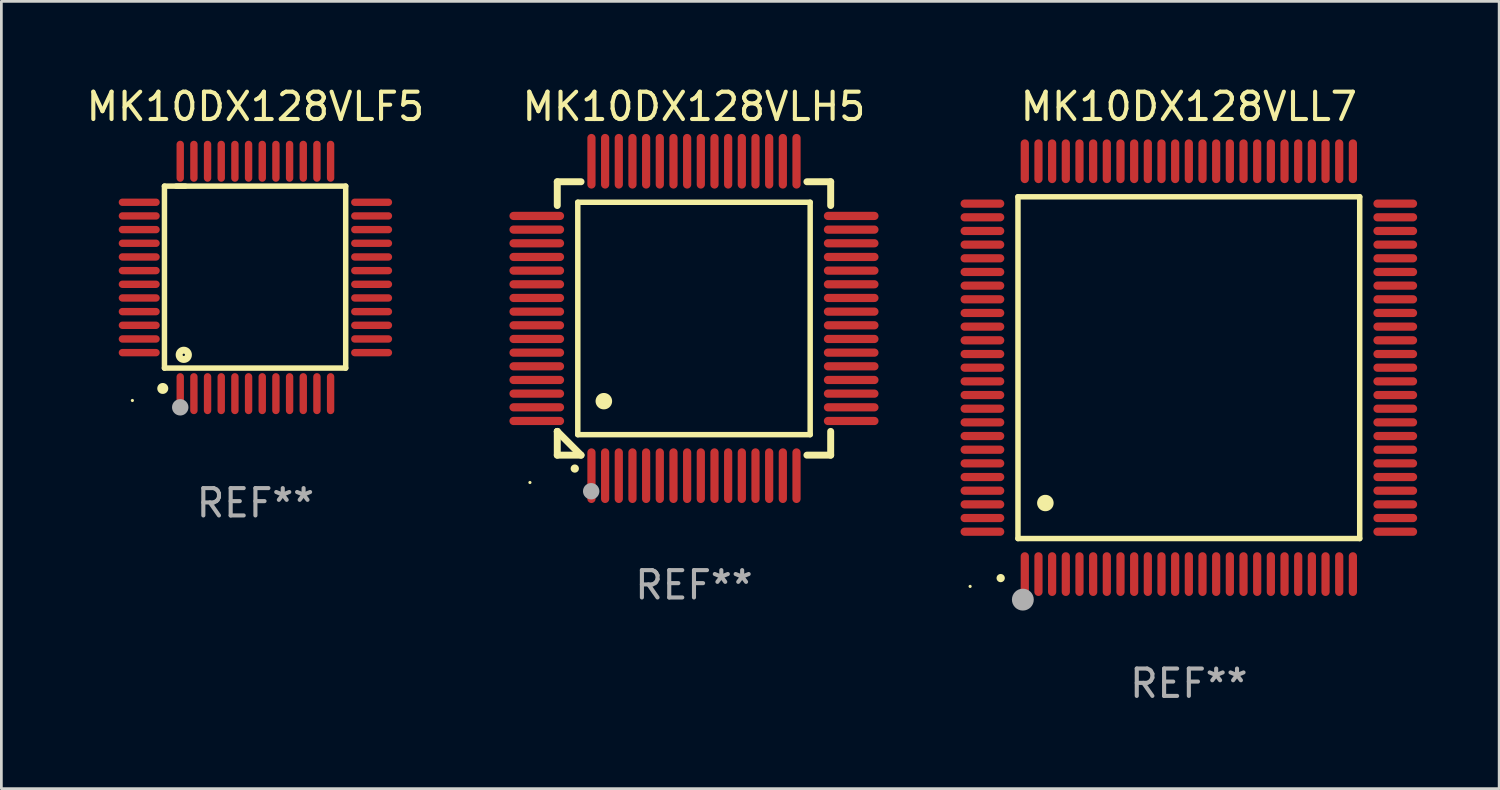
<source format=kicad_pcb>
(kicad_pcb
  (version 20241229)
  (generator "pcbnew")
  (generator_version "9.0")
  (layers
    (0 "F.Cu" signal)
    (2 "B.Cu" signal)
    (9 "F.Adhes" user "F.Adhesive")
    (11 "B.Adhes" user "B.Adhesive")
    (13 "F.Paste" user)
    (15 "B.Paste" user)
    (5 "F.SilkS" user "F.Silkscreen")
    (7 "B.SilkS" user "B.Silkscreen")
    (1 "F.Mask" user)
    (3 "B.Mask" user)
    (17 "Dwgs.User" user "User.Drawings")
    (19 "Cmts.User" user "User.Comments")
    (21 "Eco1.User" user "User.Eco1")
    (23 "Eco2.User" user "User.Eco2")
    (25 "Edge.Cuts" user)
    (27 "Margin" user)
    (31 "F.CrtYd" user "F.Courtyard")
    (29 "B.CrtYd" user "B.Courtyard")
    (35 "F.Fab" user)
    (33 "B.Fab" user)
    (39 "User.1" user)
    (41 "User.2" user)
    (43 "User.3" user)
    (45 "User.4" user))
  (footprint "MK10DX128VLL7"
    (layer "F.Cu")
    (at 40.433 10.398)
    (property "Reference" "MK10DX128VLL7" (at 0 -9.55 0) (layer "F.SilkS") (effects (font (size 1 1) (thickness 0.15))))
    (attr through_hole)
    (fp_line (start -6.25 -6.25) (end -6.25 6.25) (stroke (width 0.2) (type solid)) (layer "F.SilkS"))
    (fp_line (start -6.25 6.25) (end 6.25 6.25) (stroke (width 0.2) (type solid)) (layer "F.SilkS"))
    (fp_line (start 6.25 -6.25) (end -6.25 -6.25) (stroke (width 0.2) (type solid)) (layer "F.SilkS"))
    (fp_line (start 6.25 6.25) (end 6.25 -6.25) (stroke (width 0.2) (type solid)) (layer "F.SilkS"))
    (fp_arc (start -6.883414 7.696215) (mid -6.882144 7.69621) (end -6.880874 7.696215) (stroke (width 0.3) (type solid)) (layer "F.SilkS"))
    (fp_arc (start -5.250191 4.95047) (mid -5.247651 4.950459) (end -5.245111 4.95047) (stroke (width 0.6) (type solid)) (layer "F.SilkS"))
    (fp_circle (center -8 8) (end -7.97 8) (stroke (width 0.06) (type solid)) (fill no) (layer "F.SilkS"))
    (fp_circle (center -6.071 8.484) (end -5.871 8.484) (stroke (width 0.4) (type solid)) (fill no) (layer "F.Fab"))
    (fp_text user "REF**" (at 0 11.55 0) (layer "F.Fab") (effects (font (size 1 1) (thickness 0.15))))
    (pad "1" smd oval (at -6 7.55) (size 0.3 1.6) (layers "F.Cu" "F.Mask" "F.Paste"))
    (pad "2" smd oval (at -5.5 7.55) (size 0.3 1.6) (layers "F.Cu" "F.Mask" "F.Paste"))
    (pad "3" smd oval (at -5 7.55) (size 0.3 1.6) (layers "F.Cu" "F.Mask" "F.Paste"))
    (pad "4" smd oval (at -4.5 7.55) (size 0.3 1.6) (layers "F.Cu" "F.Mask" "F.Paste"))
    (pad "5" smd oval (at -4 7.55) (size 0.3 1.6) (layers "F.Cu" "F.Mask" "F.Paste"))
    (pad "6" smd oval (at -3.5 7.55) (size 0.3 1.6) (layers "F.Cu" "F.Mask" "F.Paste"))
    (pad "7" smd oval (at -3 7.55) (size 0.3 1.6) (layers "F.Cu" "F.Mask" "F.Paste"))
    (pad "8" smd oval (at -2.5 7.55) (size 0.3 1.6) (layers "F.Cu" "F.Mask" "F.Paste"))
    (pad "9" smd oval (at -2 7.55) (size 0.3 1.6) (layers "F.Cu" "F.Mask" "F.Paste"))
    (pad "10" smd oval (at -1.5 7.55) (size 0.3 1.6) (layers "F.Cu" "F.Mask" "F.Paste"))
    (pad "11" smd oval (at -1 7.55) (size 0.3 1.6) (layers "F.Cu" "F.Mask" "F.Paste"))
    (pad "12" smd oval (at -0.5 7.55) (size 0.3 1.6) (layers "F.Cu" "F.Mask" "F.Paste"))
    (pad "13" smd oval (at 0 7.55) (size 0.3 1.6) (layers "F.Cu" "F.Mask" "F.Paste"))
    (pad "14" smd oval (at 0.5 7.55) (size 0.3 1.6) (layers "F.Cu" "F.Mask" "F.Paste"))
    (pad "15" smd oval (at 1 7.55) (size 0.3 1.6) (layers "F.Cu" "F.Mask" "F.Paste"))
    (pad "16" smd oval (at 1.5 7.55) (size 0.3 1.6) (layers "F.Cu" "F.Mask" "F.Paste"))
    (pad "17" smd oval (at 2 7.55) (size 0.3 1.6) (layers "F.Cu" "F.Mask" "F.Paste"))
    (pad "18" smd oval (at 2.5 7.55) (size 0.3 1.6) (layers "F.Cu" "F.Mask" "F.Paste"))
    (pad "19" smd oval (at 3 7.55) (size 0.3 1.6) (layers "F.Cu" "F.Mask" "F.Paste"))
    (pad "20" smd oval (at 3.5 7.55) (size 0.3 1.6) (layers "F.Cu" "F.Mask" "F.Paste"))
    (pad "21" smd oval (at 4 7.55) (size 0.3 1.6) (layers "F.Cu" "F.Mask" "F.Paste"))
    (pad "22" smd oval (at 4.5 7.55) (size 0.3 1.6) (layers "F.Cu" "F.Mask" "F.Paste"))
    (pad "23" smd oval (at 5 7.55) (size 0.3 1.6) (layers "F.Cu" "F.Mask" "F.Paste"))
    (pad "24" smd oval (at 5.5 7.55) (size 0.3 1.6) (layers "F.Cu" "F.Mask" "F.Paste"))
    (pad "25" smd oval (at 6 7.55) (size 0.3 1.6) (layers "F.Cu" "F.Mask" "F.Paste"))
    (pad "26" smd oval (at 7.55 6) (size 1.6 0.3) (layers "F.Cu" "F.Mask" "F.Paste"))
    (pad "27" smd oval (at 7.55 5.5) (size 1.6 0.3) (layers "F.Cu" "F.Mask" "F.Paste"))
    (pad "28" smd oval (at 7.55 5) (size 1.6 0.3) (layers "F.Cu" "F.Mask" "F.Paste"))
    (pad "29" smd oval (at 7.55 4.5) (size 1.6 0.3) (layers "F.Cu" "F.Mask" "F.Paste"))
    (pad "30" smd oval (at 7.55 4) (size 1.6 0.3) (layers "F.Cu" "F.Mask" "F.Paste"))
    (pad "31" smd oval (at 7.55 3.5) (size 1.6 0.3) (layers "F.Cu" "F.Mask" "F.Paste"))
    (pad "32" smd oval (at 7.55 3) (size 1.6 0.3) (layers "F.Cu" "F.Mask" "F.Paste"))
    (pad "33" smd oval (at 7.55 2.5) (size 1.6 0.3) (layers "F.Cu" "F.Mask" "F.Paste"))
    (pad "34" smd oval (at 7.55 2) (size 1.6 0.3) (layers "F.Cu" "F.Mask" "F.Paste"))
    (pad "35" smd oval (at 7.55 1.5) (size 1.6 0.3) (layers "F.Cu" "F.Mask" "F.Paste"))
    (pad "36" smd oval (at 7.55 1) (size 1.6 0.3) (layers "F.Cu" "F.Mask" "F.Paste"))
    (pad "37" smd oval (at 7.55 0.5) (size 1.6 0.3) (layers "F.Cu" "F.Mask" "F.Paste"))
    (pad "38" smd oval (at 7.55 0) (size 1.6 0.3) (layers "F.Cu" "F.Mask" "F.Paste"))
    (pad "39" smd oval (at 7.55 -0.5) (size 1.6 0.3) (layers "F.Cu" "F.Mask" "F.Paste"))
    (pad "40" smd oval (at 7.55 -1) (size 1.6 0.3) (layers "F.Cu" "F.Mask" "F.Paste"))
    (pad "41" smd oval (at 7.55 -1.5) (size 1.6 0.3) (layers "F.Cu" "F.Mask" "F.Paste"))
    (pad "42" smd oval (at 7.55 -2) (size 1.6 0.3) (layers "F.Cu" "F.Mask" "F.Paste"))
    (pad "43" smd oval (at 7.55 -2.5) (size 1.6 0.3) (layers "F.Cu" "F.Mask" "F.Paste"))
    (pad "44" smd oval (at 7.55 -3) (size 1.6 0.3) (layers "F.Cu" "F.Mask" "F.Paste"))
    (pad "45" smd oval (at 7.55 -3.5) (size 1.6 0.3) (layers "F.Cu" "F.Mask" "F.Paste"))
    (pad "46" smd oval (at 7.55 -4) (size 1.6 0.3) (layers "F.Cu" "F.Mask" "F.Paste"))
    (pad "47" smd oval (at 7.55 -4.5) (size 1.6 0.3) (layers "F.Cu" "F.Mask" "F.Paste"))
    (pad "48" smd oval (at 7.55 -5) (size 1.6 0.3) (layers "F.Cu" "F.Mask" "F.Paste"))
    (pad "49" smd oval (at 7.55 -5.5) (size 1.6 0.3) (layers "F.Cu" "F.Mask" "F.Paste"))
    (pad "50" smd oval (at 7.55 -6) (size 1.6 0.3) (layers "F.Cu" "F.Mask" "F.Paste"))
    (pad "51" smd oval (at 6 -7.55) (size 0.3 1.6) (layers "F.Cu" "F.Mask" "F.Paste"))
    (pad "52" smd oval (at 5.5 -7.55) (size 0.3 1.6) (layers "F.Cu" "F.Mask" "F.Paste"))
    (pad "53" smd oval (at 5 -7.55) (size 0.3 1.6) (layers "F.Cu" "F.Mask" "F.Paste"))
    (pad "54" smd oval (at 4.5 -7.55) (size 0.3 1.6) (layers "F.Cu" "F.Mask" "F.Paste"))
    (pad "55" smd oval (at 4 -7.55) (size 0.3 1.6) (layers "F.Cu" "F.Mask" "F.Paste"))
    (pad "56" smd oval (at 3.5 -7.55) (size 0.3 1.6) (layers "F.Cu" "F.Mask" "F.Paste"))
    (pad "57" smd oval (at 3 -7.55) (size 0.3 1.6) (layers "F.Cu" "F.Mask" "F.Paste"))
    (pad "58" smd oval (at 2.5 -7.55) (size 0.3 1.6) (layers "F.Cu" "F.Mask" "F.Paste"))
    (pad "59" smd oval (at 2 -7.55) (size 0.3 1.6) (layers "F.Cu" "F.Mask" "F.Paste"))
    (pad "60" smd oval (at 1.5 -7.55) (size 0.3 1.6) (layers "F.Cu" "F.Mask" "F.Paste"))
    (pad "61" smd oval (at 1 -7.55) (size 0.3 1.6) (layers "F.Cu" "F.Mask" "F.Paste"))
    (pad "62" smd oval (at 0.5 -7.55) (size 0.3 1.6) (layers "F.Cu" "F.Mask" "F.Paste"))
    (pad "63" smd oval (at 0 -7.55) (size 0.3 1.6) (layers "F.Cu" "F.Mask" "F.Paste"))
    (pad "64" smd oval (at -0.5 -7.55) (size 0.3 1.6) (layers "F.Cu" "F.Mask" "F.Paste"))
    (pad "65" smd oval (at -1 -7.55) (size 0.3 1.6) (layers "F.Cu" "F.Mask" "F.Paste"))
    (pad "66" smd oval (at -1.5 -7.55) (size 0.3 1.6) (layers "F.Cu" "F.Mask" "F.Paste"))
    (pad "67" smd oval (at -2 -7.55) (size 0.3 1.6) (layers "F.Cu" "F.Mask" "F.Paste"))
    (pad "68" smd oval (at -2.5 -7.55) (size 0.3 1.6) (layers "F.Cu" "F.Mask" "F.Paste"))
    (pad "69" smd oval (at -3 -7.55) (size 0.3 1.6) (layers "F.Cu" "F.Mask" "F.Paste"))
    (pad "70" smd oval (at -3.5 -7.55) (size 0.3 1.6) (layers "F.Cu" "F.Mask" "F.Paste"))
    (pad "71" smd oval (at -4 -7.55) (size 0.3 1.6) (layers "F.Cu" "F.Mask" "F.Paste"))
    (pad "72" smd oval (at -4.5 -7.55) (size 0.3 1.6) (layers "F.Cu" "F.Mask" "F.Paste"))
    (pad "73" smd oval (at -5 -7.55) (size 0.3 1.6) (layers "F.Cu" "F.Mask" "F.Paste"))
    (pad "74" smd oval (at -5.5 -7.55) (size 0.3 1.6) (layers "F.Cu" "F.Mask" "F.Paste"))
    (pad "75" smd oval (at -6 -7.55) (size 0.3 1.6) (layers "F.Cu" "F.Mask" "F.Paste"))
    (pad "76" smd oval (at -7.55 -6) (size 1.6 0.3) (layers "F.Cu" "F.Mask" "F.Paste"))
    (pad "77" smd oval (at -7.55 -5.5) (size 1.6 0.3) (layers "F.Cu" "F.Mask" "F.Paste"))
    (pad "78" smd oval (at -7.55 -5) (size 1.6 0.3) (layers "F.Cu" "F.Mask" "F.Paste"))
    (pad "79" smd oval (at -7.55 -4.5) (size 1.6 0.3) (layers "F.Cu" "F.Mask" "F.Paste"))
    (pad "80" smd oval (at -7.55 -4) (size 1.6 0.3) (layers "F.Cu" "F.Mask" "F.Paste"))
    (pad "81" smd oval (at -7.55 -3.5) (size 1.6 0.3) (layers "F.Cu" "F.Mask" "F.Paste"))
    (pad "82" smd oval (at -7.55 -3) (size 1.6 0.3) (layers "F.Cu" "F.Mask" "F.Paste"))
    (pad "83" smd oval (at -7.55 -2.5) (size 1.6 0.3) (layers "F.Cu" "F.Mask" "F.Paste"))
    (pad "84" smd oval (at -7.55 -2) (size 1.6 0.3) (layers "F.Cu" "F.Mask" "F.Paste"))
    (pad "85" smd oval (at -7.55 -1.5) (size 1.6 0.3) (layers "F.Cu" "F.Mask" "F.Paste"))
    (pad "86" smd oval (at -7.55 -1) (size 1.6 0.3) (layers "F.Cu" "F.Mask" "F.Paste"))
    (pad "87" smd oval (at -7.55 -0.5) (size 1.6 0.3) (layers "F.Cu" "F.Mask" "F.Paste"))
    (pad "88" smd oval (at -7.55 0) (size 1.6 0.3) (layers "F.Cu" "F.Mask" "F.Paste"))
    (pad "89" smd oval (at -7.55 0.5) (size 1.6 0.3) (layers "F.Cu" "F.Mask" "F.Paste"))
    (pad "90" smd oval (at -7.55 1) (size 1.6 0.3) (layers "F.Cu" "F.Mask" "F.Paste"))
    (pad "91" smd oval (at -7.55 1.5) (size 1.6 0.3) (layers "F.Cu" "F.Mask" "F.Paste"))
    (pad "92" smd oval (at -7.55 2) (size 1.6 0.3) (layers "F.Cu" "F.Mask" "F.Paste"))
    (pad "93" smd oval (at -7.55 2.5) (size 1.6 0.3) (layers "F.Cu" "F.Mask" "F.Paste"))
    (pad "94" smd oval (at -7.55 3) (size 1.6 0.3) (layers "F.Cu" "F.Mask" "F.Paste"))
    (pad "95" smd oval (at -7.55 3.5) (size 1.6 0.3) (layers "F.Cu" "F.Mask" "F.Paste"))
    (pad "96" smd oval (at -7.55 4) (size 1.6 0.3) (layers "F.Cu" "F.Mask" "F.Paste"))
    (pad "97" smd oval (at -7.55 4.5) (size 1.6 0.3) (layers "F.Cu" "F.Mask" "F.Paste"))
    (pad "98" smd oval (at -7.55 5) (size 1.6 0.3) (layers "F.Cu" "F.Mask" "F.Paste"))
    (pad "99" smd oval (at -7.55 5.5) (size 1.6 0.3) (layers "F.Cu" "F.Mask" "F.Paste"))
    (pad "100" smd oval (at -7.55 6) (size 1.6 0.3) (layers "F.Cu" "F.Mask" "F.Paste")))
  (footprint "MK10DX128VLH5"
    (layer "F.Cu")
    (at 22.333 8.598)
    (property "Reference" "MK10DX128VLH5" (at 0 -7.75 0) (layer "F.SilkS") (effects (font (size 1 1) (thickness 0.15))))
    (attr through_hole)
    (fp_line (start -5 -5) (end -4.131 -5) (stroke (width 0.254) (type solid)) (layer "F.SilkS"))
    (fp_line (start -5 -4.131) (end -5 -5) (stroke (width 0.254) (type solid)) (layer "F.SilkS"))
    (fp_line (start -5 4.131) (end -5 4.131) (stroke (width 0.254) (type solid)) (layer "F.SilkS"))
    (fp_line (start -5 5) (end -5 4.131) (stroke (width 0.254) (type solid)) (layer "F.SilkS"))
    (fp_line (start -5 4.131) (end -4.131 5) (stroke (width 0.254) (type solid)) (layer "F.SilkS"))
    (fp_line (start -4.25 -4.25) (end -4.25 4.25) (stroke (width 0.2) (type solid)) (layer "F.SilkS"))
    (fp_line (start -4.25 4.25) (end 4.25 4.25) (stroke (width 0.2) (type solid)) (layer "F.SilkS"))
    (fp_line (start -4.131 5) (end -5 5) (stroke (width 0.254) (type solid)) (layer "F.SilkS"))
    (fp_line (start 4.25 -4.25) (end -4.25 -4.25) (stroke (width 0.2) (type solid)) (layer "F.SilkS"))
    (fp_line (start 4.25 4.25) (end 4.25 -4.25) (stroke (width 0.2) (type solid)) (layer "F.SilkS"))
    (fp_line (start 5 -5) (end 4.131 -5) (stroke (width 0.254) (type solid)) (layer "F.SilkS"))
    (fp_line (start 5 -5) (end 5 -4.131) (stroke (width 0.254) (type solid)) (layer "F.SilkS"))
    (fp_line (start 5 4.131) (end 5 5) (stroke (width 0.254) (type solid)) (layer "F.SilkS"))
    (fp_line (start 5 5) (end 4.131 5) (stroke (width 0.254) (type solid)) (layer "F.SilkS"))
    (fp_arc (start -4.361265 5.489992) (mid -4.359995 5.489987) (end -4.358725 5.489992) (stroke (width 0.3) (type solid)) (layer "F.SilkS"))
    (fp_arc (start -3.299467 3.025146) (mid -3.296927 3.025135) (end -3.294387 3.025146) (stroke (width 0.6) (type solid)) (layer "F.SilkS"))
    (fp_circle (center -6 6) (end -5.97 6) (stroke (width 0.06) (type solid)) (fill no) (layer "F.SilkS"))
    (fp_circle (center -3.76 6.32) (end -3.61 6.32) (stroke (width 0.3) (type solid)) (fill no) (layer "F.Fab"))
    (fp_text user "REF**" (at 0 9.75 0) (layer "F.Fab") (effects (font (size 1 1) (thickness 0.15))))
    (pad "1" smd oval (at -3.75 5.75) (size 0.3 2) (layers "F.Cu" "F.Mask" "F.Paste"))
    (pad "2" smd oval (at -3.25 5.75) (size 0.3 2) (layers "F.Cu" "F.Mask" "F.Paste"))
    (pad "3" smd oval (at -2.75 5.75) (size 0.3 2) (layers "F.Cu" "F.Mask" "F.Paste"))
    (pad "4" smd oval (at -2.25 5.75) (size 0.3 2) (layers "F.Cu" "F.Mask" "F.Paste"))
    (pad "5" smd oval (at -1.75 5.75) (size 0.3 2) (layers "F.Cu" "F.Mask" "F.Paste"))
    (pad "6" smd oval (at -1.25 5.75) (size 0.3 2) (layers "F.Cu" "F.Mask" "F.Paste"))
    (pad "7" smd oval (at -0.75 5.75) (size 0.3 2) (layers "F.Cu" "F.Mask" "F.Paste"))
    (pad "8" smd oval (at -0.25 5.75) (size 0.3 2) (layers "F.Cu" "F.Mask" "F.Paste"))
    (pad "9" smd oval (at 0.25 5.75) (size 0.3 2) (layers "F.Cu" "F.Mask" "F.Paste"))
    (pad "10" smd oval (at 0.75 5.75) (size 0.3 2) (layers "F.Cu" "F.Mask" "F.Paste"))
    (pad "11" smd oval (at 1.25 5.75) (size 0.3 2) (layers "F.Cu" "F.Mask" "F.Paste"))
    (pad "12" smd oval (at 1.75 5.75) (size 0.3 2) (layers "F.Cu" "F.Mask" "F.Paste"))
    (pad "13" smd oval (at 2.25 5.75) (size 0.3 2) (layers "F.Cu" "F.Mask" "F.Paste"))
    (pad "14" smd oval (at 2.75 5.75) (size 0.3 2) (layers "F.Cu" "F.Mask" "F.Paste"))
    (pad "15" smd oval (at 3.25 5.75) (size 0.3 2) (layers "F.Cu" "F.Mask" "F.Paste"))
    (pad "16" smd oval (at 3.75 5.75) (size 0.3 2) (layers "F.Cu" "F.Mask" "F.Paste"))
    (pad "17" smd oval (at 5.75 3.75) (size 2 0.3) (layers "F.Cu" "F.Mask" "F.Paste"))
    (pad "18" smd oval (at 5.75 3.25) (size 2 0.3) (layers "F.Cu" "F.Mask" "F.Paste"))
    (pad "19" smd oval (at 5.75 2.75) (size 2 0.3) (layers "F.Cu" "F.Mask" "F.Paste"))
    (pad "20" smd oval (at 5.75 2.25) (size 2 0.3) (layers "F.Cu" "F.Mask" "F.Paste"))
    (pad "21" smd oval (at 5.75 1.75) (size 2 0.3) (layers "F.Cu" "F.Mask" "F.Paste"))
    (pad "22" smd oval (at 5.75 1.25) (size 2 0.3) (layers "F.Cu" "F.Mask" "F.Paste"))
    (pad "23" smd oval (at 5.75 0.75) (size 2 0.3) (layers "F.Cu" "F.Mask" "F.Paste"))
    (pad "24" smd oval (at 5.75 0.25) (size 2 0.3) (layers "F.Cu" "F.Mask" "F.Paste"))
    (pad "25" smd oval (at 5.75 -0.25) (size 2 0.3) (layers "F.Cu" "F.Mask" "F.Paste"))
    (pad "26" smd oval (at 5.75 -0.75) (size 2 0.3) (layers "F.Cu" "F.Mask" "F.Paste"))
    (pad "27" smd oval (at 5.75 -1.25) (size 2 0.3) (layers "F.Cu" "F.Mask" "F.Paste"))
    (pad "28" smd oval (at 5.75 -1.75) (size 2 0.3) (layers "F.Cu" "F.Mask" "F.Paste"))
    (pad "29" smd oval (at 5.75 -2.25) (size 2 0.3) (layers "F.Cu" "F.Mask" "F.Paste"))
    (pad "30" smd oval (at 5.75 -2.75) (size 2 0.3) (layers "F.Cu" "F.Mask" "F.Paste"))
    (pad "31" smd oval (at 5.75 -3.25) (size 2 0.3) (layers "F.Cu" "F.Mask" "F.Paste"))
    (pad "32" smd oval (at 5.75 -3.75) (size 2 0.3) (layers "F.Cu" "F.Mask" "F.Paste"))
    (pad "33" smd oval (at 3.75 -5.75) (size 0.3 2) (layers "F.Cu" "F.Mask" "F.Paste"))
    (pad "34" smd oval (at 3.25 -5.75) (size 0.3 2) (layers "F.Cu" "F.Mask" "F.Paste"))
    (pad "35" smd oval (at 2.75 -5.75) (size 0.3 2) (layers "F.Cu" "F.Mask" "F.Paste"))
    (pad "36" smd oval (at 2.25 -5.75) (size 0.3 2) (layers "F.Cu" "F.Mask" "F.Paste"))
    (pad "37" smd oval (at 1.75 -5.75) (size 0.3 2) (layers "F.Cu" "F.Mask" "F.Paste"))
    (pad "38" smd oval (at 1.25 -5.75) (size 0.3 2) (layers "F.Cu" "F.Mask" "F.Paste"))
    (pad "39" smd oval (at 0.75 -5.75) (size 0.3 2) (layers "F.Cu" "F.Mask" "F.Paste"))
    (pad "40" smd oval (at 0.25 -5.75) (size 0.3 2) (layers "F.Cu" "F.Mask" "F.Paste"))
    (pad "41" smd oval (at -0.25 -5.75) (size 0.3 2) (layers "F.Cu" "F.Mask" "F.Paste"))
    (pad "42" smd oval (at -0.75 -5.75) (size 0.3 2) (layers "F.Cu" "F.Mask" "F.Paste"))
    (pad "43" smd oval (at -1.25 -5.75) (size 0.3 2) (layers "F.Cu" "F.Mask" "F.Paste"))
    (pad "44" smd oval (at -1.75 -5.75) (size 0.3 2) (layers "F.Cu" "F.Mask" "F.Paste"))
    (pad "45" smd oval (at -2.25 -5.75) (size 0.3 2) (layers "F.Cu" "F.Mask" "F.Paste"))
    (pad "46" smd oval (at -2.75 -5.75) (size 0.3 2) (layers "F.Cu" "F.Mask" "F.Paste"))
    (pad "47" smd oval (at -3.25 -5.75) (size 0.3 2) (layers "F.Cu" "F.Mask" "F.Paste"))
    (pad "48" smd oval (at -3.75 -5.75) (size 0.3 2) (layers "F.Cu" "F.Mask" "F.Paste"))
    (pad "49" smd oval (at -5.75 -3.75) (size 2 0.3) (layers "F.Cu" "F.Mask" "F.Paste"))
    (pad "50" smd oval (at -5.75 -3.25) (size 2 0.3) (layers "F.Cu" "F.Mask" "F.Paste"))
    (pad "51" smd oval (at -5.75 -2.75) (size 2 0.3) (layers "F.Cu" "F.Mask" "F.Paste"))
    (pad "52" smd oval (at -5.75 -2.25) (size 2 0.3) (layers "F.Cu" "F.Mask" "F.Paste"))
    (pad "53" smd oval (at -5.75 -1.75) (size 2 0.3) (layers "F.Cu" "F.Mask" "F.Paste"))
    (pad "54" smd oval (at -5.75 -1.25) (size 2 0.3) (layers "F.Cu" "F.Mask" "F.Paste"))
    (pad "55" smd oval (at -5.75 -0.75) (size 2 0.3) (layers "F.Cu" "F.Mask" "F.Paste"))
    (pad "56" smd oval (at -5.75 -0.25) (size 2 0.3) (layers "F.Cu" "F.Mask" "F.Paste"))
    (pad "57" smd oval (at -5.75 0.25) (size 2 0.3) (layers "F.Cu" "F.Mask" "F.Paste"))
    (pad "58" smd oval (at -5.75 0.75) (size 2 0.3) (layers "F.Cu" "F.Mask" "F.Paste"))
    (pad "59" smd oval (at -5.75 1.25) (size 2 0.3) (layers "F.Cu" "F.Mask" "F.Paste"))
    (pad "60" smd oval (at -5.75 1.75) (size 2 0.3) (layers "F.Cu" "F.Mask" "F.Paste"))
    (pad "61" smd oval (at -5.75 2.25) (size 2 0.3) (layers "F.Cu" "F.Mask" "F.Paste"))
    (pad "62" smd oval (at -5.75 2.75) (size 2 0.3) (layers "F.Cu" "F.Mask" "F.Paste"))
    (pad "63" smd oval (at -5.75 3.25) (size 2 0.3) (layers "F.Cu" "F.Mask" "F.Paste"))
    (pad "64" smd oval (at -5.75 3.75) (size 2 0.3) (layers "F.Cu" "F.Mask" "F.Paste")))
  (footprint "MK10DX128VLF5"
    (layer "F.Cu")
    (at 6.292 7.098)
    (property "Reference" "MK10DX128VLF5" (at 0 -6.25 0) (layer "F.SilkS") (effects (font (size 1 1) (thickness 0.15))))
    (attr through_hole)
    (fp_line (start -3.327 -3.34) (end -2.565 -3.34) (stroke (width 0.2) (type solid)) (layer "F.SilkS"))
    (fp_line (start -3.327 3.315) (end -3.327 -3.34) (stroke (width 0.2) (type solid)) (layer "F.SilkS"))
    (fp_line (start -2.896 -3.34) (end 3.302 -3.34) (stroke (width 0.2) (type solid)) (layer "F.SilkS"))
    (fp_line (start 3.302 -3.34) (end 3.302 3.315) (stroke (width 0.2) (type solid)) (layer "F.SilkS"))
    (fp_line (start 3.302 3.315) (end -3.327 3.315) (stroke (width 0.2) (type solid)) (layer "F.SilkS"))
    (fp_arc (start -3.389992 4.059995) (mid -3.388722 4.059991) (end -3.387452 4.059995) (stroke (width 0.4) (type solid)) (layer "F.SilkS"))
    (fp_circle (center -4.5 4.5) (end -4.47 4.5) (stroke (width 0.06) (type solid)) (fill no) (layer "F.SilkS"))
    (fp_circle (center -2.62 2.83) (end -2.45 2.83) (stroke (width 0.254) (type solid)) (fill no) (layer "F.SilkS"))
    (fp_circle (center -2.75 4.75) (end -2.6 4.75) (stroke (width 0.3) (type solid)) (fill no) (layer "F.Fab"))
    (fp_text user "REF**" (at 0 8.25 0) (layer "F.Fab") (effects (font (size 1 1) (thickness 0.15))))
    (pad "1" smd oval (at -2.75 4.25) (size 0.27 1.5) (layers "F.Cu" "F.Mask" "F.Paste"))
    (pad "2" smd oval (at -2.25 4.25) (size 0.27 1.5) (layers "F.Cu" "F.Mask" "F.Paste"))
    (pad "3" smd oval (at -1.75 4.25) (size 0.27 1.5) (layers "F.Cu" "F.Mask" "F.Paste"))
    (pad "4" smd oval (at -1.25 4.25) (size 0.27 1.5) (layers "F.Cu" "F.Mask" "F.Paste"))
    (pad "5" smd oval (at -0.75 4.25) (size 0.27 1.5) (layers "F.Cu" "F.Mask" "F.Paste"))
    (pad "6" smd oval (at -0.25 4.25) (size 0.27 1.5) (layers "F.Cu" "F.Mask" "F.Paste"))
    (pad "7" smd oval (at 0.25 4.25) (size 0.27 1.5) (layers "F.Cu" "F.Mask" "F.Paste"))
    (pad "8" smd oval (at 0.75 4.25) (size 0.27 1.5) (layers "F.Cu" "F.Mask" "F.Paste"))
    (pad "9" smd oval (at 1.25 4.25) (size 0.27 1.5) (layers "F.Cu" "F.Mask" "F.Paste"))
    (pad "10" smd oval (at 1.75 4.25) (size 0.27 1.5) (layers "F.Cu" "F.Mask" "F.Paste"))
    (pad "11" smd oval (at 2.25 4.25) (size 0.27 1.5) (layers "F.Cu" "F.Mask" "F.Paste"))
    (pad "12" smd oval (at 2.75 4.25) (size 0.27 1.5) (layers "F.Cu" "F.Mask" "F.Paste"))
    (pad "13" smd oval (at 4.25 2.75) (size 1.5 0.27) (layers "F.Cu" "F.Mask" "F.Paste"))
    (pad "14" smd oval (at 4.25 2.25) (size 1.5 0.27) (layers "F.Cu" "F.Mask" "F.Paste"))
    (pad "15" smd oval (at 4.25 1.75) (size 1.5 0.27) (layers "F.Cu" "F.Mask" "F.Paste"))
    (pad "16" smd oval (at 4.25 1.25) (size 1.5 0.27) (layers "F.Cu" "F.Mask" "F.Paste"))
    (pad "17" smd oval (at 4.25 0.75) (size 1.5 0.27) (layers "F.Cu" "F.Mask" "F.Paste"))
    (pad "18" smd oval (at 4.25 0.25) (size 1.5 0.27) (layers "F.Cu" "F.Mask" "F.Paste"))
    (pad "19" smd oval (at 4.25 -0.25) (size 1.5 0.27) (layers "F.Cu" "F.Mask" "F.Paste"))
    (pad "20" smd oval (at 4.25 -0.75) (size 1.5 0.27) (layers "F.Cu" "F.Mask" "F.Paste"))
    (pad "21" smd oval (at 4.25 -1.25) (size 1.5 0.27) (layers "F.Cu" "F.Mask" "F.Paste"))
    (pad "22" smd oval (at 4.25 -1.75) (size 1.5 0.27) (layers "F.Cu" "F.Mask" "F.Paste"))
    (pad "23" smd oval (at 4.25 -2.25) (size 1.5 0.27) (layers "F.Cu" "F.Mask" "F.Paste"))
    (pad "24" smd oval (at 4.25 -2.75) (size 1.5 0.27) (layers "F.Cu" "F.Mask" "F.Paste"))
    (pad "25" smd oval (at 2.75 -4.25) (size 0.27 1.5) (layers "F.Cu" "F.Mask" "F.Paste"))
    (pad "26" smd oval (at 2.25 -4.25) (size 0.27 1.5) (layers "F.Cu" "F.Mask" "F.Paste"))
    (pad "27" smd oval (at 1.75 -4.25) (size 0.27 1.5) (layers "F.Cu" "F.Mask" "F.Paste"))
    (pad "28" smd oval (at 1.25 -4.25) (size 0.27 1.5) (layers "F.Cu" "F.Mask" "F.Paste"))
    (pad "29" smd oval (at 0.75 -4.25) (size 0.27 1.5) (layers "F.Cu" "F.Mask" "F.Paste"))
    (pad "30" smd oval (at 0.25 -4.25) (size 0.27 1.5) (layers "F.Cu" "F.Mask" "F.Paste"))
    (pad "31" smd oval (at -0.25 -4.25) (size 0.27 1.5) (layers "F.Cu" "F.Mask" "F.Paste"))
    (pad "32" smd oval (at -0.75 -4.25) (size 0.27 1.5) (layers "F.Cu" "F.Mask" "F.Paste"))
    (pad "33" smd oval (at -1.25 -4.25) (size 0.27 1.5) (layers "F.Cu" "F.Mask" "F.Paste"))
    (pad "34" smd oval (at -1.75 -4.25) (size 0.27 1.5) (layers "F.Cu" "F.Mask" "F.Paste"))
    (pad "35" smd oval (at -2.25 -4.25) (size 0.27 1.5) (layers "F.Cu" "F.Mask" "F.Paste"))
    (pad "36" smd oval (at -2.75 -4.25) (size 0.27 1.5) (layers "F.Cu" "F.Mask" "F.Paste"))
    (pad "37" smd oval (at -4.25 -2.75) (size 1.5 0.27) (layers "F.Cu" "F.Mask" "F.Paste"))
    (pad "38" smd oval (at -4.25 -2.25) (size 1.5 0.27) (layers "F.Cu" "F.Mask" "F.Paste"))
    (pad "39" smd oval (at -4.25 -1.75) (size 1.5 0.27) (layers "F.Cu" "F.Mask" "F.Paste"))
    (pad "40" smd oval (at -4.25 -1.25) (size 1.5 0.27) (layers "F.Cu" "F.Mask" "F.Paste"))
    (pad "41" smd oval (at -4.25 -0.75) (size 1.5 0.27) (layers "F.Cu" "F.Mask" "F.Paste"))
    (pad "42" smd oval (at -4.25 -0.25) (size 1.5 0.27) (layers "F.Cu" "F.Mask" "F.Paste"))
    (pad "43" smd oval (at -4.25 0.25) (size 1.5 0.27) (layers "F.Cu" "F.Mask" "F.Paste"))
    (pad "44" smd oval (at -4.25 0.75) (size 1.5 0.27) (layers "F.Cu" "F.Mask" "F.Paste"))
    (pad "45" smd oval (at -4.25 1.25) (size 1.5 0.27) (layers "F.Cu" "F.Mask" "F.Paste"))
    (pad "46" smd oval (at -4.25 1.75) (size 1.5 0.27) (layers "F.Cu" "F.Mask" "F.Paste"))
    (pad "47" smd oval (at -4.25 2.25) (size 1.5 0.27) (layers "F.Cu" "F.Mask" "F.Paste"))
    (pad "48" smd oval (at -4.25 2.75) (size 1.5 0.27) (layers "F.Cu" "F.Mask" "F.Paste")))
  (gr_rect
    (start -3 -3)
    (end 51.783 25.796)
    (stroke (width 0.1) (type default))
    (fill no)
    (layer "Edge.Cuts")))
</source>
